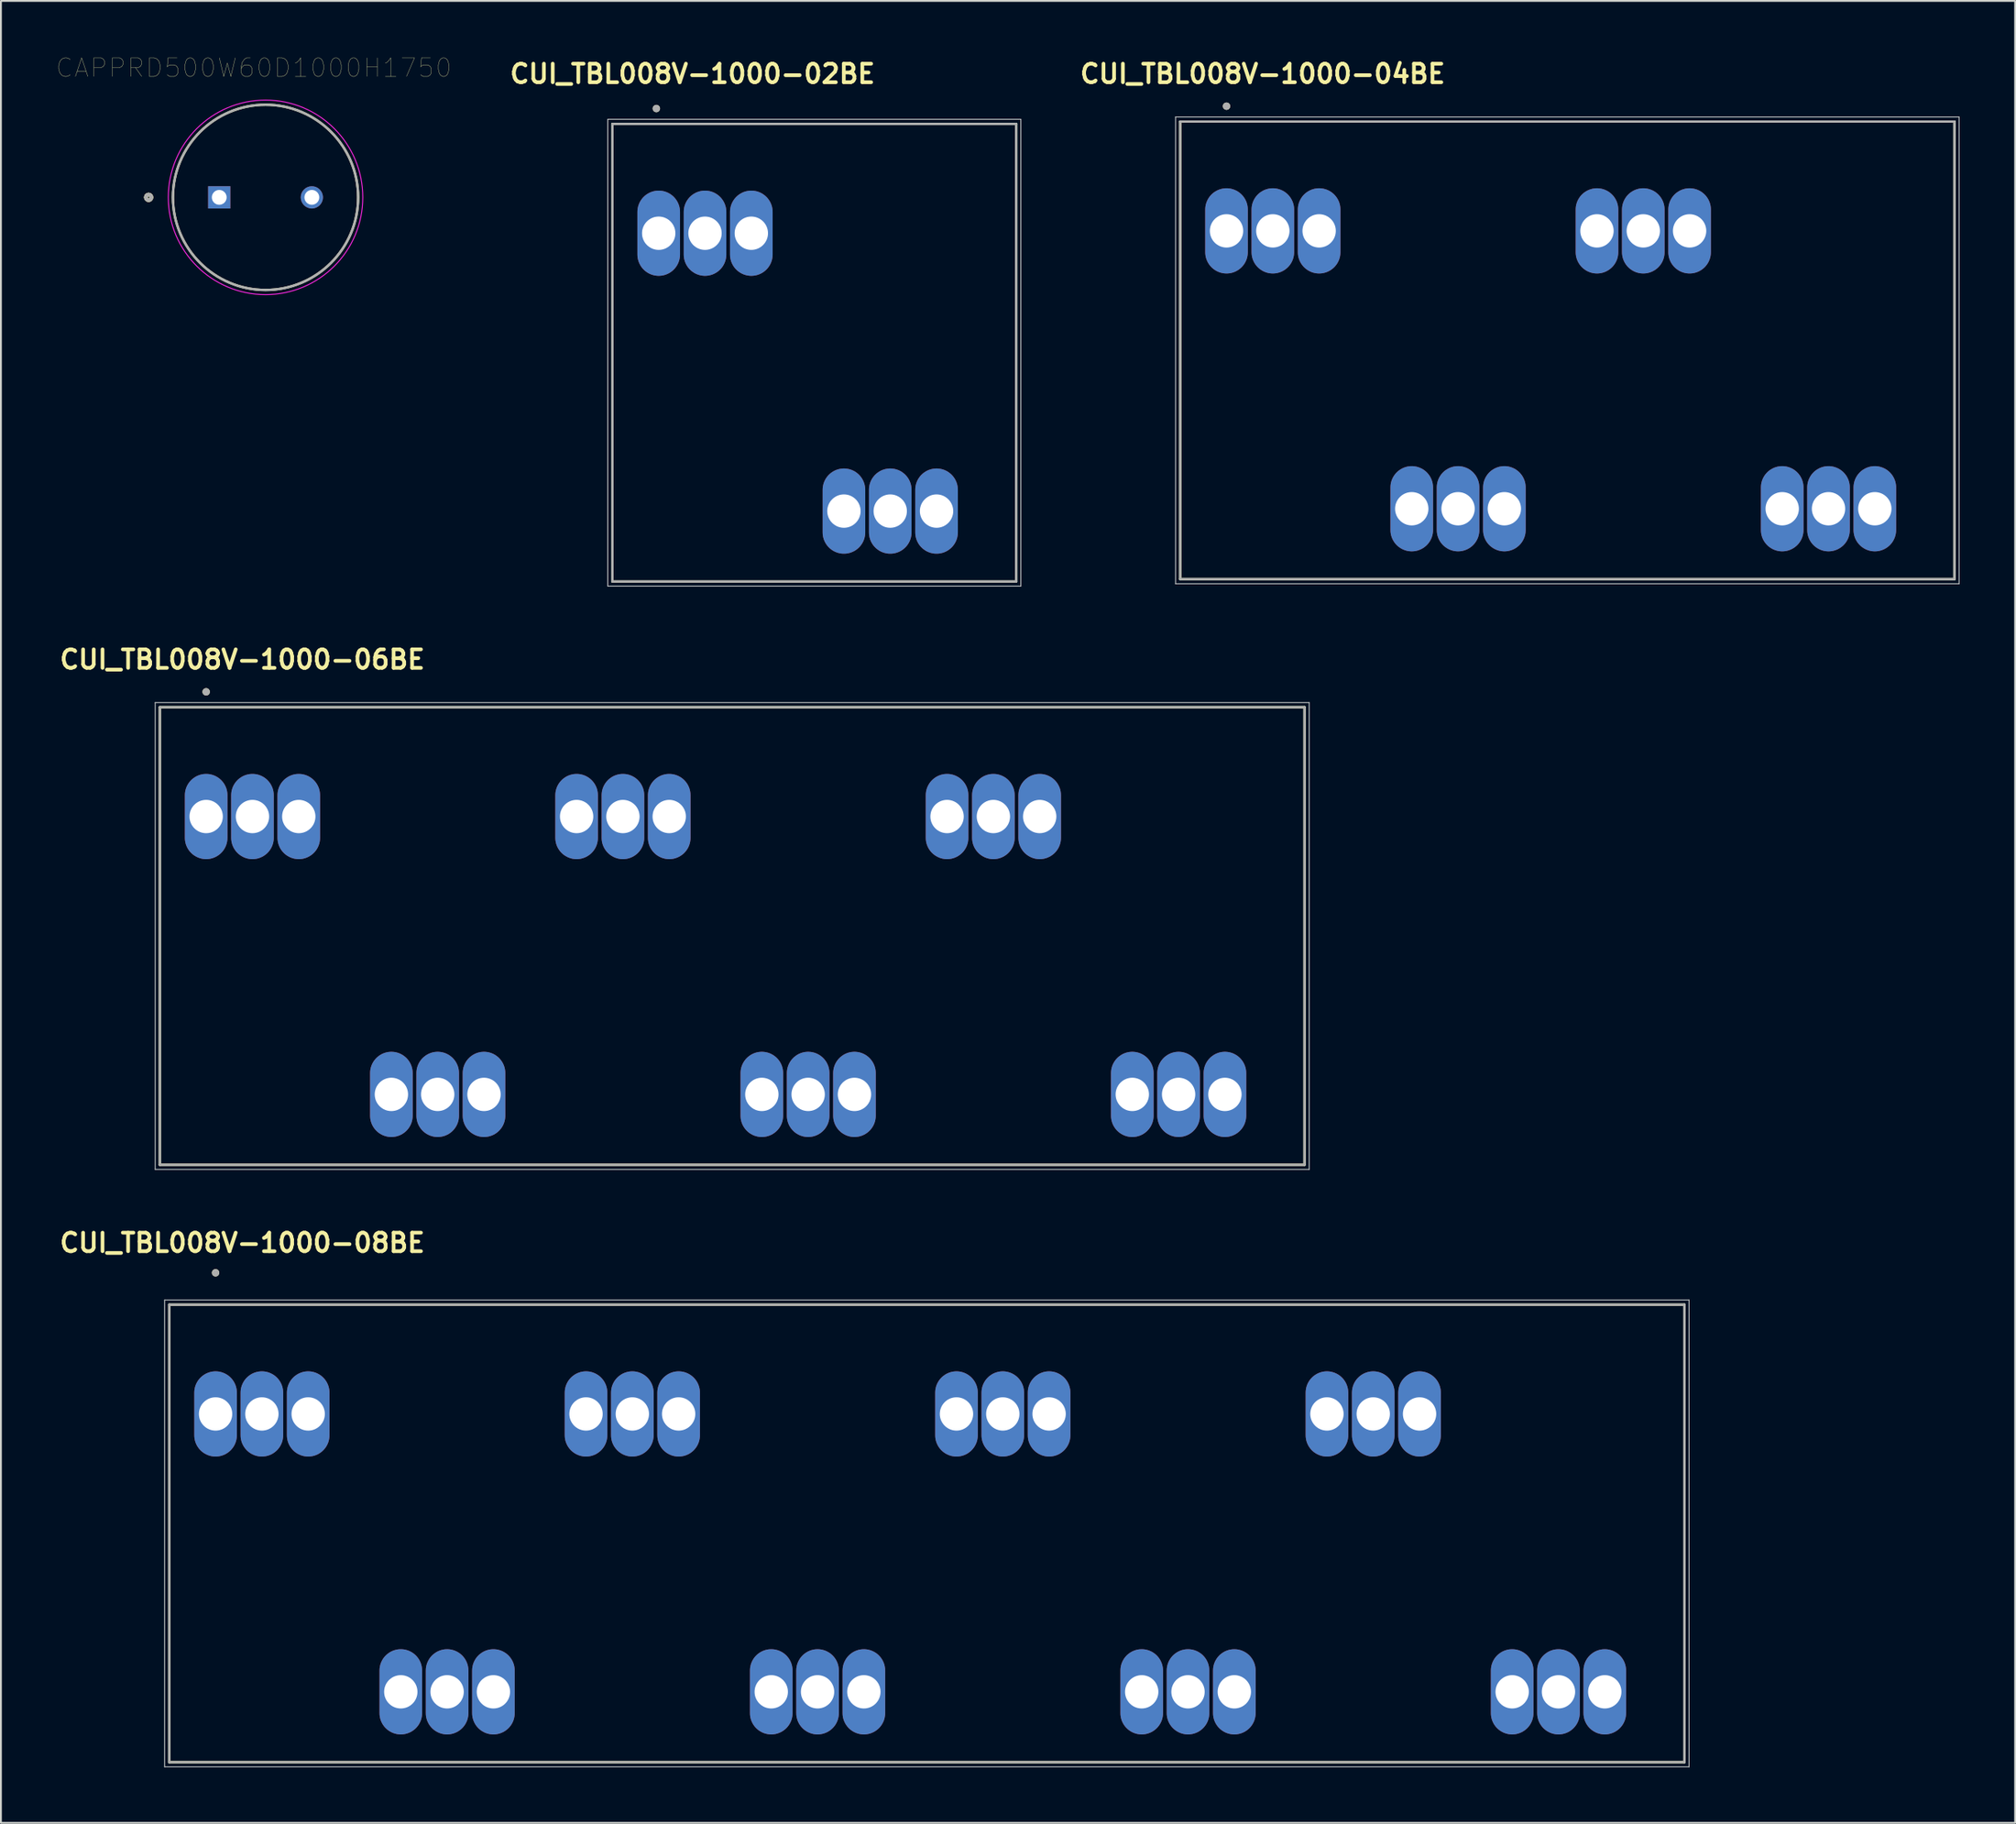
<source format=kicad_pcb>
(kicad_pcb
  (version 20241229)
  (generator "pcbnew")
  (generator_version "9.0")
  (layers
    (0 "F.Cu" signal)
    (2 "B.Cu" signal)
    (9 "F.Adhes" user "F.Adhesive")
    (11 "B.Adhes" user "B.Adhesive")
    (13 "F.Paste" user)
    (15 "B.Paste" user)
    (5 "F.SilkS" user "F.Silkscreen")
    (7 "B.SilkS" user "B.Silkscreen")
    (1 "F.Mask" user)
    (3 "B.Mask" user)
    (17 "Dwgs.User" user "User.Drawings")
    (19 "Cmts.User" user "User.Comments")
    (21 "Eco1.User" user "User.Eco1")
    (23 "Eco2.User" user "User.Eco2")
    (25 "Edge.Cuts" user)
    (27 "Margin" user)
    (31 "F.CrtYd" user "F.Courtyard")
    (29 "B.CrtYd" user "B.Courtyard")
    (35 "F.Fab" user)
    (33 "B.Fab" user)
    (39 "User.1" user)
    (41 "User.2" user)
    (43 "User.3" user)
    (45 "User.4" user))
  (footprint "CUI_TBL008V-1000-02BE"
    (layer "F.Cu")
    (at 32.512 9.54)
    (property "Reference" "CUI_TBL008V-1000-02BE" (at 1.826 -8.604 0) (layer "F.SilkS") (effects (font (size 1 1) (thickness 0.2))))
    (attr through_hole)
    (fp_line (start -2.5 -5.9) (end -2.5 18.8) (stroke (width 0.127) (type solid)) (layer "F.SilkS"))
    (fp_line (start -2.5 -5.9) (end 19.3 -5.9) (stroke (width 0.127) (type solid)) (layer "F.SilkS"))
    (fp_line (start 19.3 18.8) (end -2.5 18.8) (stroke (width 0.127) (type solid)) (layer "F.SilkS"))
    (fp_line (start 19.3 18.8) (end 19.3 -5.9) (stroke (width 0.127) (type solid)) (layer "F.SilkS"))
    (fp_circle (center -0.127 -6.731) (end -0.027 -6.731) (stroke (width 0.2) (type solid)) (fill no) (layer "F.SilkS"))
    (fp_line (start -2.75 -6.15) (end -2.75 19.05) (stroke (width 0.05) (type solid)) (layer "Dwgs.User"))
    (fp_line (start -2.75 -6.15) (end 19.55 -6.15) (stroke (width 0.05) (type solid)) (layer "Dwgs.User"))
    (fp_line (start 19.55 19.05) (end -2.75 19.05) (stroke (width 0.05) (type solid)) (layer "Dwgs.User"))
    (fp_line (start 19.55 19.05) (end 19.55 -6.15) (stroke (width 0.05) (type solid)) (layer "Dwgs.User"))
    (fp_line (start -2.5 -5.9) (end -2.5 18.8) (stroke (width 0.127) (type solid)) (layer "F.Fab"))
    (fp_line (start -2.5 -5.9) (end 19.3 -5.9) (stroke (width 0.127) (type solid)) (layer "F.Fab"))
    (fp_line (start 19.3 18.8) (end -2.5 18.8) (stroke (width 0.127) (type solid)) (layer "F.Fab"))
    (fp_line (start 19.3 18.8) (end 19.3 -5.9) (stroke (width 0.127) (type solid)) (layer "F.Fab"))
    (fp_circle (center -0.127 -6.731) (end -0.027 -6.731) (stroke (width 0.2) (type solid)) (fill no) (layer "F.Fab"))
    (pad "1_1" thru_hole oval (at 0 0) (size 2.3 4.6) (drill 1.8) (layers "*.Cu" "*.Mask"))
    (pad "1_2" thru_hole oval (at 2.5 0) (size 2.3 4.6) (drill 1.8) (layers "*.Cu" "*.Mask"))
    (pad "1_3" thru_hole oval (at 5 0) (size 2.3 4.6) (drill 1.8) (layers "*.Cu" "*.Mask"))
    (pad "2_1" thru_hole oval (at 10 15) (size 2.3 4.6) (drill 1.8) (layers "*.Cu" "*.Mask"))
    (pad "2_2" thru_hole oval (at 12.5 15) (size 2.3 4.6) (drill 1.8) (layers "*.Cu" "*.Mask"))
    (pad "2_3" thru_hole oval (at 15 15) (size 2.3 4.6) (drill 1.8) (layers "*.Cu" "*.Mask")))
  (footprint "CUI_TBL008V-1000-04BE"
    (layer "F.Cu")
    (at 63.167 9.413)
    (property "Reference" "CUI_TBL008V-1000-04BE" (at 1.953 -8.477 0) (layer "F.SilkS") (effects (font (size 1 1) (thickness 0.2))))
    (attr through_hole)
    (fp_line (start -2.5 -5.9) (end -2.5 18.8) (stroke (width 0.127) (type solid)) (layer "F.SilkS"))
    (fp_line (start -2.5 -5.9) (end 39.3 -5.9) (stroke (width 0.127) (type solid)) (layer "F.SilkS"))
    (fp_line (start 39.3 18.8) (end -2.5 18.8) (stroke (width 0.127) (type solid)) (layer "F.SilkS"))
    (fp_line (start 39.3 18.8) (end 39.3 -5.9) (stroke (width 0.127) (type solid)) (layer "F.SilkS"))
    (fp_circle (center 0 -6.731) (end 0.1 -6.731) (stroke (width 0.2) (type solid)) (fill no) (layer "F.SilkS"))
    (fp_line (start -2.75 -6.15) (end -2.75 19.05) (stroke (width 0.05) (type solid)) (layer "Dwgs.User"))
    (fp_line (start -2.75 -6.15) (end 39.55 -6.15) (stroke (width 0.05) (type solid)) (layer "Dwgs.User"))
    (fp_line (start 39.55 19.05) (end -2.75 19.05) (stroke (width 0.05) (type solid)) (layer "Dwgs.User"))
    (fp_line (start 39.55 19.05) (end 39.55 -6.15) (stroke (width 0.05) (type solid)) (layer "Dwgs.User"))
    (fp_line (start -2.5 -5.9) (end -2.5 18.8) (stroke (width 0.127) (type solid)) (layer "F.Fab"))
    (fp_line (start -2.5 -5.9) (end 39.3 -5.9) (stroke (width 0.127) (type solid)) (layer "F.Fab"))
    (fp_line (start 39.3 18.8) (end -2.5 18.8) (stroke (width 0.127) (type solid)) (layer "F.Fab"))
    (fp_line (start 39.3 18.8) (end 39.3 -5.9) (stroke (width 0.127) (type solid)) (layer "F.Fab"))
    (fp_circle (center 0 -6.731) (end 0.1 -6.731) (stroke (width 0.2) (type solid)) (fill no) (layer "F.Fab"))
    (pad "1_1" thru_hole oval (at 0 0) (size 2.3 4.6) (drill 1.8) (layers "*.Cu" "*.Mask"))
    (pad "1_2" thru_hole oval (at 2.5 0) (size 2.3 4.6) (drill 1.8) (layers "*.Cu" "*.Mask"))
    (pad "1_3" thru_hole oval (at 5 0) (size 2.3 4.6) (drill 1.8) (layers "*.Cu" "*.Mask"))
    (pad "2_1" thru_hole oval (at 10 15) (size 2.3 4.6) (drill 1.8) (layers "*.Cu" "*.Mask"))
    (pad "2_2" thru_hole oval (at 12.5 15) (size 2.3 4.6) (drill 1.8) (layers "*.Cu" "*.Mask"))
    (pad "2_3" thru_hole oval (at 15 15) (size 2.3 4.6) (drill 1.8) (layers "*.Cu" "*.Mask"))
    (pad "3_1" thru_hole oval (at 20 0) (size 2.3 4.6) (drill 1.8) (layers "*.Cu" "*.Mask"))
    (pad "3_2" thru_hole oval (at 22.5 0) (size 2.3 4.6) (drill 1.8) (layers "*.Cu" "*.Mask"))
    (pad "3_3" thru_hole oval (at 25 0) (size 2.3 4.6) (drill 1.8) (layers "*.Cu" "*.Mask"))
    (pad "4_1" thru_hole oval (at 30 15) (size 2.3 4.6) (drill 1.8) (layers "*.Cu" "*.Mask"))
    (pad "4_2" thru_hole oval (at 32.5 15) (size 2.3 4.6) (drill 1.8) (layers "*.Cu" "*.Mask"))
    (pad "4_3" thru_hole oval (at 35 15) (size 2.3 4.6) (drill 1.8) (layers "*.Cu" "*.Mask")))
  (footprint "CAPPRD500W60D1000H1750"
    (layer "F.Cu")
    (at 11.286 7.604)
    (property "Reference" "CAPPRD500W60D1000H1750" (at -0.634 -6.991 0) (layer "F.SilkS") (effects (font (size 1.001 1.001) (thickness 0.015))))
    (attr through_hole)
    (fp_circle (center -6.312 0) (end -6.162 0) (stroke (width 0.2) (type solid)) (fill no) (layer "F.SilkS"))
    (fp_circle (center -6.312 0) (end -6.162 0) (stroke (width 0.2) (type solid)) (fill no) (layer "F.SilkS"))
    (fp_circle (center 0 0) (end 5 0) (stroke (width 0.127) (type solid)) (fill no) (layer "F.SilkS"))
    (fp_circle (center 0 0) (end 5.25 0) (stroke (width 0.05) (type solid)) (fill no) (layer "F.CrtYd"))
    (fp_circle (center -6.312 0) (end -6.162 0) (stroke (width 0.2) (type solid)) (fill no) (layer "F.Fab"))
    (fp_circle (center 0 0) (end 5 0) (stroke (width 0.127) (type solid)) (fill no) (layer "F.Fab"))
    (pad "1" thru_hole rect (at -2.5 0) (size 1.2 1.2) (drill 0.8) (layers "*.Cu" "*.Mask"))
    (pad "2" thru_hole circle (at 2.5 0) (size 1.2 1.2) (drill 0.8) (layers "*.Cu" "*.Mask")))
  (footprint "CUI_TBL008V-1000-08BE"
    (layer "F.Cu")
    (at 8.588 73.278)
    (property "Reference" "CUI_TBL008V-1000-08BE" (at 1.445 -9.239 0) (layer "F.SilkS") (effects (font (size 1 1) (thickness 0.2))))
    (attr through_hole)
    (fp_line (start -2.5 -5.9) (end -2.5 18.8) (stroke (width 0.127) (type solid)) (layer "F.SilkS"))
    (fp_line (start -2.5 -5.9) (end 79.3 -5.9) (stroke (width 0.127) (type solid)) (layer "F.SilkS"))
    (fp_line (start 79.3 18.8) (end -2.5 18.8) (stroke (width 0.127) (type solid)) (layer "F.SilkS"))
    (fp_line (start 79.3 18.8) (end 79.3 -5.9) (stroke (width 0.127) (type solid)) (layer "F.SilkS"))
    (fp_circle (center 0 -7.62) (end 0.1 -7.62) (stroke (width 0.2) (type solid)) (fill no) (layer "F.SilkS"))
    (fp_line (start -2.75 -6.15) (end -2.75 19.05) (stroke (width 0.05) (type solid)) (layer "Dwgs.User"))
    (fp_line (start -2.75 -6.15) (end 79.55 -6.15) (stroke (width 0.05) (type solid)) (layer "Dwgs.User"))
    (fp_line (start 79.55 19.05) (end -2.75 19.05) (stroke (width 0.05) (type solid)) (layer "Dwgs.User"))
    (fp_line (start 79.55 19.05) (end 79.55 -6.15) (stroke (width 0.05) (type solid)) (layer "Dwgs.User"))
    (fp_line (start -2.5 -5.9) (end -2.5 18.8) (stroke (width 0.127) (type solid)) (layer "F.Fab"))
    (fp_line (start -2.5 -5.9) (end 79.3 -5.9) (stroke (width 0.127) (type solid)) (layer "F.Fab"))
    (fp_line (start 79.3 18.8) (end -2.5 18.8) (stroke (width 0.127) (type solid)) (layer "F.Fab"))
    (fp_line (start 79.3 18.8) (end 79.3 -5.9) (stroke (width 0.127) (type solid)) (layer "F.Fab"))
    (fp_circle (center 0 -7.62) (end 0.1 -7.62) (stroke (width 0.2) (type solid)) (fill no) (layer "F.Fab"))
    (pad "1_1" thru_hole oval (at 0 0) (size 2.3 4.6) (drill 1.8) (layers "*.Cu" "*.Mask"))
    (pad "1_2" thru_hole oval (at 2.5 0) (size 2.3 4.6) (drill 1.8) (layers "*.Cu" "*.Mask"))
    (pad "1_3" thru_hole oval (at 5 0) (size 2.3 4.6) (drill 1.8) (layers "*.Cu" "*.Mask"))
    (pad "2_1" thru_hole oval (at 10 15) (size 2.3 4.6) (drill 1.8) (layers "*.Cu" "*.Mask"))
    (pad "2_2" thru_hole oval (at 12.5 15) (size 2.3 4.6) (drill 1.8) (layers "*.Cu" "*.Mask"))
    (pad "2_3" thru_hole oval (at 15 15) (size 2.3 4.6) (drill 1.8) (layers "*.Cu" "*.Mask"))
    (pad "3_1" thru_hole oval (at 20 0) (size 2.3 4.6) (drill 1.8) (layers "*.Cu" "*.Mask"))
    (pad "3_2" thru_hole oval (at 22.5 0) (size 2.3 4.6) (drill 1.8) (layers "*.Cu" "*.Mask"))
    (pad "3_3" thru_hole oval (at 25 0) (size 2.3 4.6) (drill 1.8) (layers "*.Cu" "*.Mask"))
    (pad "4_1" thru_hole oval (at 30 15) (size 2.3 4.6) (drill 1.8) (layers "*.Cu" "*.Mask"))
    (pad "4_2" thru_hole oval (at 32.5 15) (size 2.3 4.6) (drill 1.8) (layers "*.Cu" "*.Mask"))
    (pad "4_3" thru_hole oval (at 35 15) (size 2.3 4.6) (drill 1.8) (layers "*.Cu" "*.Mask"))
    (pad "5_1" thru_hole oval (at 40 0) (size 2.3 4.6) (drill 1.8) (layers "*.Cu" "*.Mask"))
    (pad "5_2" thru_hole oval (at 42.5 0) (size 2.3 4.6) (drill 1.8) (layers "*.Cu" "*.Mask"))
    (pad "5_3" thru_hole oval (at 45 0) (size 2.3 4.6) (drill 1.8) (layers "*.Cu" "*.Mask"))
    (pad "6_1" thru_hole oval (at 50 15) (size 2.3 4.6) (drill 1.8) (layers "*.Cu" "*.Mask"))
    (pad "6_2" thru_hole oval (at 52.5 15) (size 2.3 4.6) (drill 1.8) (layers "*.Cu" "*.Mask"))
    (pad "6_3" thru_hole oval (at 55 15) (size 2.3 4.6) (drill 1.8) (layers "*.Cu" "*.Mask"))
    (pad "7_1" thru_hole oval (at 60 0) (size 2.3 4.6) (drill 1.8) (layers "*.Cu" "*.Mask"))
    (pad "7_2" thru_hole oval (at 62.5 0) (size 2.3 4.6) (drill 1.8) (layers "*.Cu" "*.Mask"))
    (pad "7_3" thru_hole oval (at 65 0) (size 2.3 4.6) (drill 1.8) (layers "*.Cu" "*.Mask"))
    (pad "8_1" thru_hole oval (at 70 15) (size 2.3 4.6) (drill 1.8) (layers "*.Cu" "*.Mask"))
    (pad "8_2" thru_hole oval (at 72.5 15) (size 2.3 4.6) (drill 1.8) (layers "*.Cu" "*.Mask"))
    (pad "8_3" thru_hole oval (at 75 15) (size 2.3 4.6) (drill 1.8) (layers "*.Cu" "*.Mask")))
  (footprint "CUI_TBL008V-1000-06BE"
    (layer "F.Cu")
    (at 8.08 41.028)
    (property "Reference" "CUI_TBL008V-1000-06BE" (at 1.953 -8.477 0) (layer "F.SilkS") (effects (font (size 1 1) (thickness 0.2))))
    (attr through_hole)
    (fp_line (start -2.5 -5.9) (end -2.5 18.8) (stroke (width 0.127) (type solid)) (layer "F.SilkS"))
    (fp_line (start -2.5 -5.9) (end 59.3 -5.9) (stroke (width 0.127) (type solid)) (layer "F.SilkS"))
    (fp_line (start 59.3 18.8) (end -2.5 18.8) (stroke (width 0.127) (type solid)) (layer "F.SilkS"))
    (fp_line (start 59.3 18.8) (end 59.3 -5.9) (stroke (width 0.127) (type solid)) (layer "F.SilkS"))
    (fp_circle (center 0 -6.731) (end 0.1 -6.731) (stroke (width 0.2) (type solid)) (fill no) (layer "F.SilkS"))
    (fp_line (start -2.75 -6.15) (end -2.75 19.05) (stroke (width 0.05) (type solid)) (layer "Dwgs.User"))
    (fp_line (start -2.75 -6.15) (end 59.55 -6.15) (stroke (width 0.05) (type solid)) (layer "Dwgs.User"))
    (fp_line (start 59.55 19.05) (end -2.75 19.05) (stroke (width 0.05) (type solid)) (layer "Dwgs.User"))
    (fp_line (start 59.55 19.05) (end 59.55 -6.15) (stroke (width 0.05) (type solid)) (layer "Dwgs.User"))
    (fp_line (start -2.5 -5.9) (end -2.5 18.8) (stroke (width 0.127) (type solid)) (layer "F.Fab"))
    (fp_line (start -2.5 -5.9) (end 59.3 -5.9) (stroke (width 0.127) (type solid)) (layer "F.Fab"))
    (fp_line (start 59.3 18.8) (end -2.5 18.8) (stroke (width 0.127) (type solid)) (layer "F.Fab"))
    (fp_line (start 59.3 18.8) (end 59.3 -5.9) (stroke (width 0.127) (type solid)) (layer "F.Fab"))
    (fp_circle (center 0 -6.731) (end 0.1 -6.731) (stroke (width 0.2) (type solid)) (fill no) (layer "F.Fab"))
    (pad "1_1" thru_hole oval (at 0 0) (size 2.3 4.6) (drill 1.8) (layers "*.Cu" "*.Mask"))
    (pad "1_2" thru_hole oval (at 2.5 0) (size 2.3 4.6) (drill 1.8) (layers "*.Cu" "*.Mask"))
    (pad "1_3" thru_hole oval (at 5 0) (size 2.3 4.6) (drill 1.8) (layers "*.Cu" "*.Mask"))
    (pad "2_1" thru_hole oval (at 10 15) (size 2.3 4.6) (drill 1.8) (layers "*.Cu" "*.Mask"))
    (pad "2_2" thru_hole oval (at 12.5 15) (size 2.3 4.6) (drill 1.8) (layers "*.Cu" "*.Mask"))
    (pad "2_3" thru_hole oval (at 15 15) (size 2.3 4.6) (drill 1.8) (layers "*.Cu" "*.Mask"))
    (pad "3_1" thru_hole oval (at 20 0) (size 2.3 4.6) (drill 1.8) (layers "*.Cu" "*.Mask"))
    (pad "3_2" thru_hole oval (at 22.5 0) (size 2.3 4.6) (drill 1.8) (layers "*.Cu" "*.Mask"))
    (pad "3_3" thru_hole oval (at 25 0) (size 2.3 4.6) (drill 1.8) (layers "*.Cu" "*.Mask"))
    (pad "4_1" thru_hole oval (at 30 15) (size 2.3 4.6) (drill 1.8) (layers "*.Cu" "*.Mask"))
    (pad "4_2" thru_hole oval (at 32.5 15) (size 2.3 4.6) (drill 1.8) (layers "*.Cu" "*.Mask"))
    (pad "4_3" thru_hole oval (at 35 15) (size 2.3 4.6) (drill 1.8) (layers "*.Cu" "*.Mask"))
    (pad "5_1" thru_hole oval (at 40 0) (size 2.3 4.6) (drill 1.8) (layers "*.Cu" "*.Mask"))
    (pad "5_2" thru_hole oval (at 42.5 0) (size 2.3 4.6) (drill 1.8) (layers "*.Cu" "*.Mask"))
    (pad "5_3" thru_hole oval (at 45 0) (size 2.3 4.6) (drill 1.8) (layers "*.Cu" "*.Mask"))
    (pad "6_1" thru_hole oval (at 50 15) (size 2.3 4.6) (drill 1.8) (layers "*.Cu" "*.Mask"))
    (pad "6_2" thru_hole oval (at 52.5 15) (size 2.3 4.6) (drill 1.8) (layers "*.Cu" "*.Mask"))
    (pad "6_3" thru_hole oval (at 55 15) (size 2.3 4.6) (drill 1.8) (layers "*.Cu" "*.Mask")))
  (gr_rect
    (start -3 -3)
    (end 105.742 95.353)
    (stroke (width 0.1) (type default))
    (fill no)
    (layer "Edge.Cuts")))
</source>
